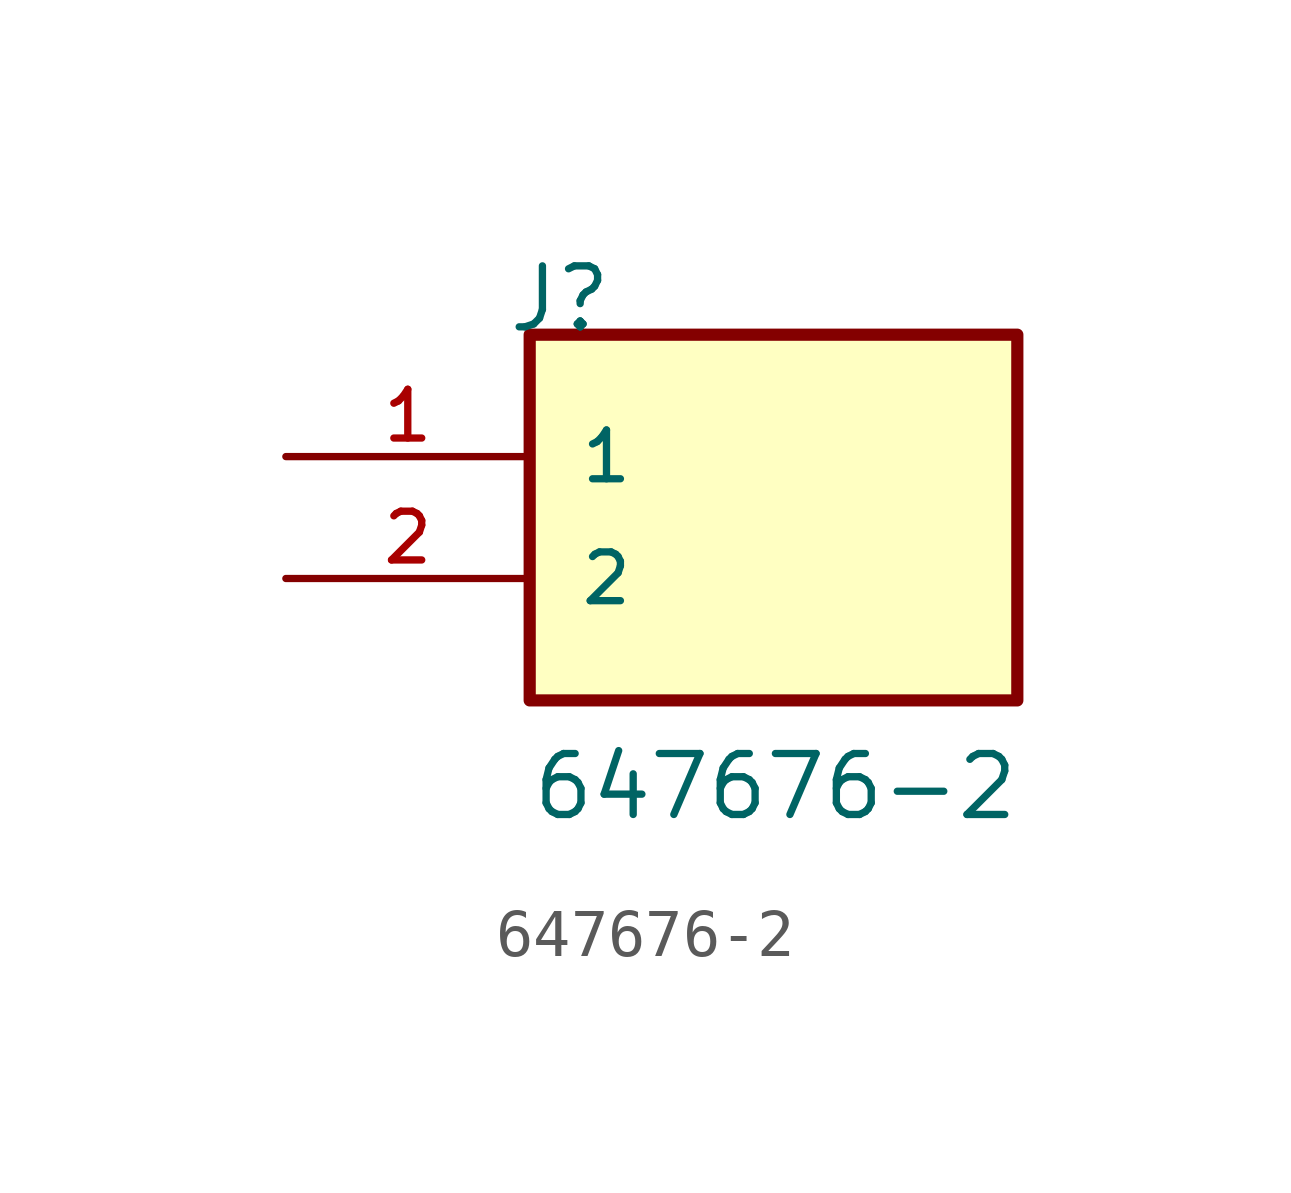
<source format=kicad_sym>
(kicad_symbol_lib
  (version 20211014)
  (generator kicad_symbol_editor)
  (symbol "647676-2"
    (pin_names
      (offset 1.016))
    (property "Reference" "J"
      (at -5.58 5.08 0)
      (effects (font (size 1.27 1.27)) (justify bottom left)))
    (property "Value" "647676-2"
      (at -5.08 -5.08 0)
      (effects (font (size 1.27 1.27)) (justify bottom left)))
    (symbol "647676-2_0_0"
      (rectangle (start -5.08 -2.54) (end 5.08 5.08) (stroke (width 0.254)) (fill (type background)))
      (pin passive line (at -10.16 2.54 0) (length 5.08) (name "1" (effects (font (size 1.016 1.016)))) (number "1" (effects (font (size 1.016 1.016)))))
      (pin passive line (at -10.16 0.0 0) (length 5.08) (name "2" (effects (font (size 1.016 1.016)))) (number "2" (effects (font (size 1.016 1.016))))))))
</source>
